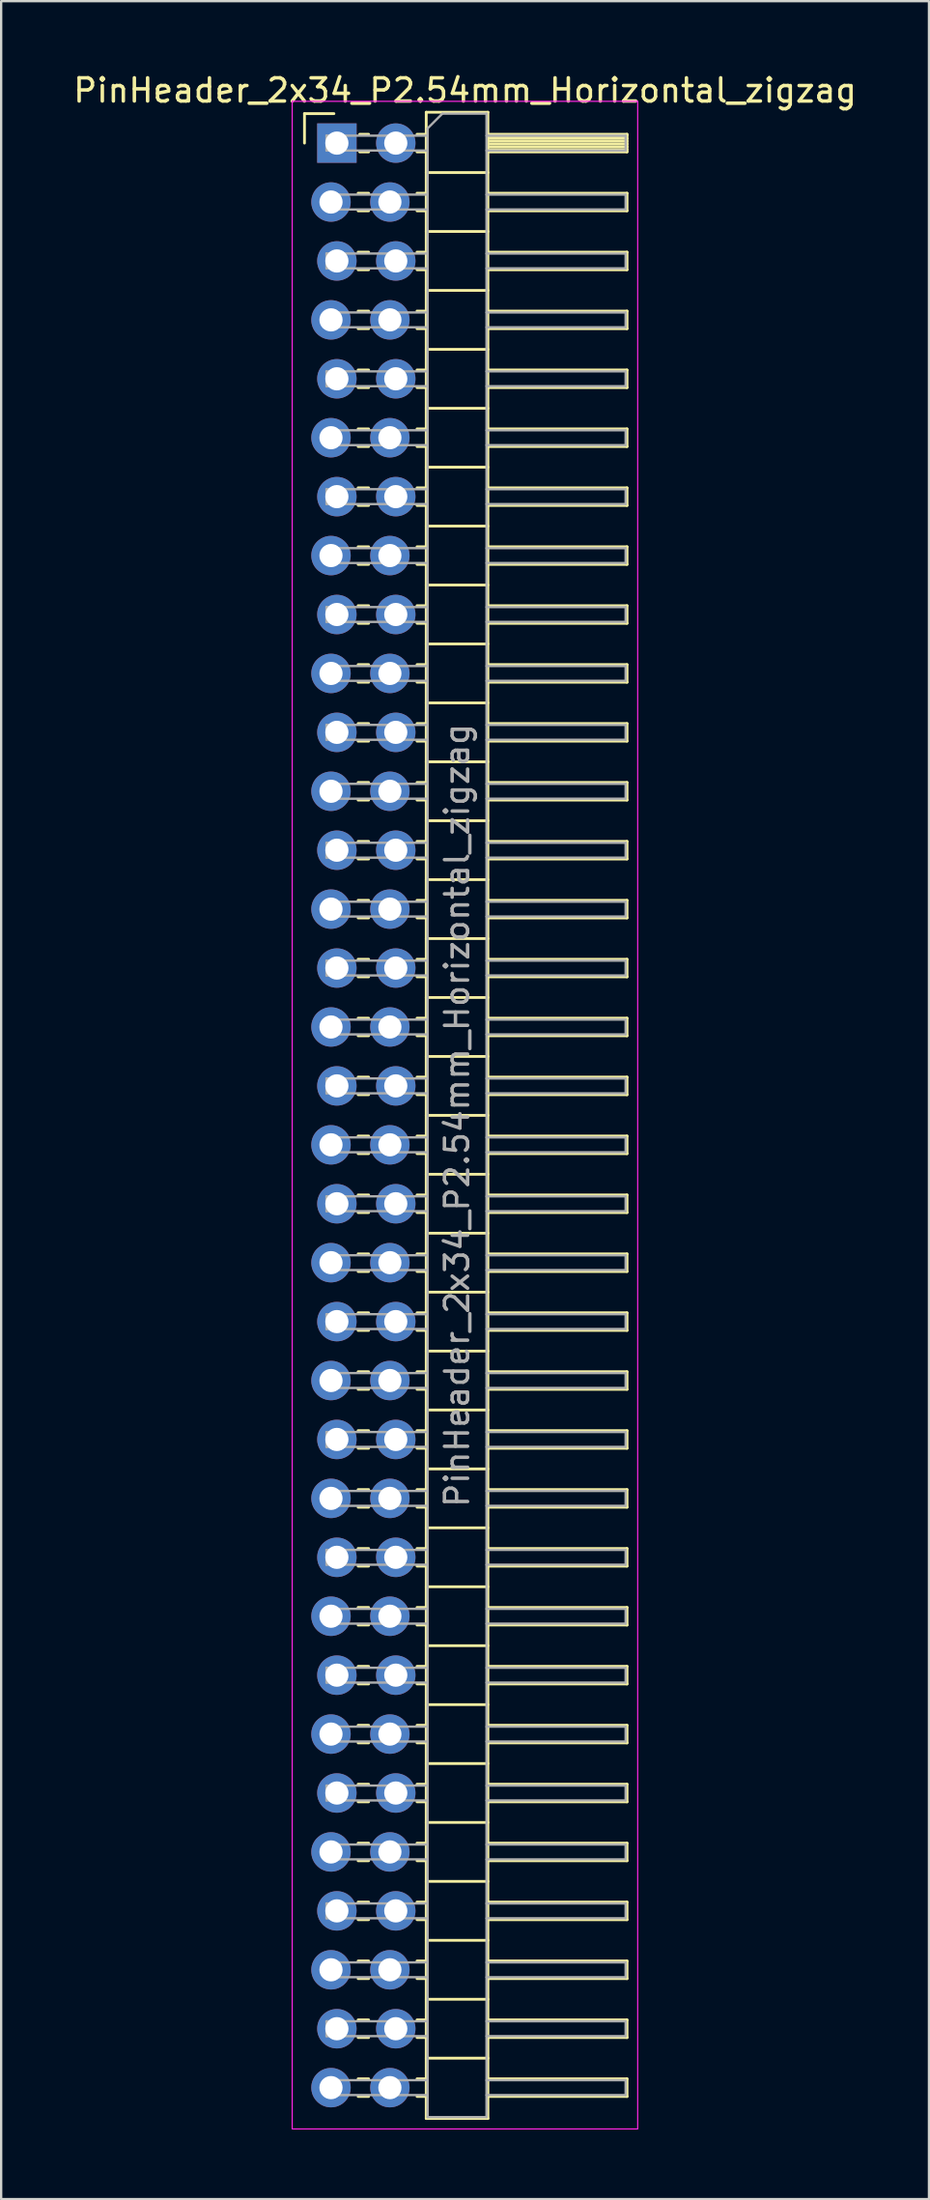
<source format=kicad_pcb>
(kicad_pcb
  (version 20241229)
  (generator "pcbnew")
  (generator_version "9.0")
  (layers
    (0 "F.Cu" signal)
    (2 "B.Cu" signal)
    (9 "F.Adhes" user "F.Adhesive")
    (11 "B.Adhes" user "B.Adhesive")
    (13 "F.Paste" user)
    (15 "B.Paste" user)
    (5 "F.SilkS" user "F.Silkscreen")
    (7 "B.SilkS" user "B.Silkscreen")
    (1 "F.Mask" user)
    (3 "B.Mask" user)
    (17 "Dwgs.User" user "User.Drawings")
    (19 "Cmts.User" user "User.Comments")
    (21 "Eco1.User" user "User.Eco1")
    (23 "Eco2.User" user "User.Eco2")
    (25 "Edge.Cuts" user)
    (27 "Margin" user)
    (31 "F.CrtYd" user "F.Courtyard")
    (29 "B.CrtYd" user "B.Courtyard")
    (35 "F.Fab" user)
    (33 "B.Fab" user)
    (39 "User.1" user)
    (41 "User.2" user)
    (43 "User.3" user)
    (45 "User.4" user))
  (footprint "PinHeader_2x34_P2.54mm_Horizontal_zigzag"
    (layer "F.Cu")
    (at 11.351 3.118)
    (property "Reference" "PinHeader_2x34_P2.54mm_Horizontal_zigzag" (at 5.655 -2.27 0) (layer "F.SilkS") (effects (font (size 1 1) (thickness 0.15))))
    (attr through_hole)
    (fp_line (start -1.27 -1.27) (end 0 -1.27) (stroke (width 0.12) (type solid)) (layer "F.SilkS"))
    (fp_line (start -1.27 0) (end -1.27 -1.27) (stroke (width 0.12) (type solid)) (layer "F.SilkS"))
    (fp_line (start 1.043 2.16) (end 1.497 2.16) (stroke (width 0.12) (type solid)) (layer "F.SilkS"))
    (fp_line (start 1.043 2.92) (end 1.497 2.92) (stroke (width 0.12) (type solid)) (layer "F.SilkS"))
    (fp_line (start 1.043 4.7) (end 1.497 4.7) (stroke (width 0.12) (type solid)) (layer "F.SilkS"))
    (fp_line (start 1.043 5.46) (end 1.497 5.46) (stroke (width 0.12) (type solid)) (layer "F.SilkS"))
    (fp_line (start 1.043 7.24) (end 1.497 7.24) (stroke (width 0.12) (type solid)) (layer "F.SilkS"))
    (fp_line (start 1.043 8) (end 1.497 8) (stroke (width 0.12) (type solid)) (layer "F.SilkS"))
    (fp_line (start 1.043 9.78) (end 1.497 9.78) (stroke (width 0.12) (type solid)) (layer "F.SilkS"))
    (fp_line (start 1.043 10.54) (end 1.497 10.54) (stroke (width 0.12) (type solid)) (layer "F.SilkS"))
    (fp_line (start 1.043 12.32) (end 1.497 12.32) (stroke (width 0.12) (type solid)) (layer "F.SilkS"))
    (fp_line (start 1.043 13.08) (end 1.497 13.08) (stroke (width 0.12) (type solid)) (layer "F.SilkS"))
    (fp_line (start 1.043 14.86) (end 1.497 14.86) (stroke (width 0.12) (type solid)) (layer "F.SilkS"))
    (fp_line (start 1.043 15.62) (end 1.497 15.62) (stroke (width 0.12) (type solid)) (layer "F.SilkS"))
    (fp_line (start 1.043 17.4) (end 1.497 17.4) (stroke (width 0.12) (type solid)) (layer "F.SilkS"))
    (fp_line (start 1.043 18.16) (end 1.497 18.16) (stroke (width 0.12) (type solid)) (layer "F.SilkS"))
    (fp_line (start 1.043 19.94) (end 1.497 19.94) (stroke (width 0.12) (type solid)) (layer "F.SilkS"))
    (fp_line (start 1.043 20.7) (end 1.497 20.7) (stroke (width 0.12) (type solid)) (layer "F.SilkS"))
    (fp_line (start 1.043 22.48) (end 1.497 22.48) (stroke (width 0.12) (type solid)) (layer "F.SilkS"))
    (fp_line (start 1.043 23.24) (end 1.497 23.24) (stroke (width 0.12) (type solid)) (layer "F.SilkS"))
    (fp_line (start 1.043 25.02) (end 1.497 25.02) (stroke (width 0.12) (type solid)) (layer "F.SilkS"))
    (fp_line (start 1.043 25.78) (end 1.497 25.78) (stroke (width 0.12) (type solid)) (layer "F.SilkS"))
    (fp_line (start 1.043 27.56) (end 1.497 27.56) (stroke (width 0.12) (type solid)) (layer "F.SilkS"))
    (fp_line (start 1.043 28.32) (end 1.497 28.32) (stroke (width 0.12) (type solid)) (layer "F.SilkS"))
    (fp_line (start 1.043 30.1) (end 1.497 30.1) (stroke (width 0.12) (type solid)) (layer "F.SilkS"))
    (fp_line (start 1.043 30.86) (end 1.497 30.86) (stroke (width 0.12) (type solid)) (layer "F.SilkS"))
    (fp_line (start 1.043 32.64) (end 1.497 32.64) (stroke (width 0.12) (type solid)) (layer "F.SilkS"))
    (fp_line (start 1.043 33.4) (end 1.497 33.4) (stroke (width 0.12) (type solid)) (layer "F.SilkS"))
    (fp_line (start 1.043 35.18) (end 1.497 35.18) (stroke (width 0.12) (type solid)) (layer "F.SilkS"))
    (fp_line (start 1.043 35.94) (end 1.497 35.94) (stroke (width 0.12) (type solid)) (layer "F.SilkS"))
    (fp_line (start 1.043 37.72) (end 1.497 37.72) (stroke (width 0.12) (type solid)) (layer "F.SilkS"))
    (fp_line (start 1.043 38.48) (end 1.497 38.48) (stroke (width 0.12) (type solid)) (layer "F.SilkS"))
    (fp_line (start 1.043 40.26) (end 1.497 40.26) (stroke (width 0.12) (type solid)) (layer "F.SilkS"))
    (fp_line (start 1.043 41.02) (end 1.497 41.02) (stroke (width 0.12) (type solid)) (layer "F.SilkS"))
    (fp_line (start 1.043 42.8) (end 1.497 42.8) (stroke (width 0.12) (type solid)) (layer "F.SilkS"))
    (fp_line (start 1.043 43.56) (end 1.497 43.56) (stroke (width 0.12) (type solid)) (layer "F.SilkS"))
    (fp_line (start 1.043 45.34) (end 1.497 45.34) (stroke (width 0.12) (type solid)) (layer "F.SilkS"))
    (fp_line (start 1.043 46.1) (end 1.497 46.1) (stroke (width 0.12) (type solid)) (layer "F.SilkS"))
    (fp_line (start 1.043 47.88) (end 1.497 47.88) (stroke (width 0.12) (type solid)) (layer "F.SilkS"))
    (fp_line (start 1.043 48.64) (end 1.497 48.64) (stroke (width 0.12) (type solid)) (layer "F.SilkS"))
    (fp_line (start 1.043 50.42) (end 1.497 50.42) (stroke (width 0.12) (type solid)) (layer "F.SilkS"))
    (fp_line (start 1.043 51.18) (end 1.497 51.18) (stroke (width 0.12) (type solid)) (layer "F.SilkS"))
    (fp_line (start 1.043 52.96) (end 1.497 52.96) (stroke (width 0.12) (type solid)) (layer "F.SilkS"))
    (fp_line (start 1.043 53.72) (end 1.497 53.72) (stroke (width 0.12) (type solid)) (layer "F.SilkS"))
    (fp_line (start 1.043 55.5) (end 1.497 55.5) (stroke (width 0.12) (type solid)) (layer "F.SilkS"))
    (fp_line (start 1.043 56.26) (end 1.497 56.26) (stroke (width 0.12) (type solid)) (layer "F.SilkS"))
    (fp_line (start 1.043 58.04) (end 1.497 58.04) (stroke (width 0.12) (type solid)) (layer "F.SilkS"))
    (fp_line (start 1.043 58.8) (end 1.497 58.8) (stroke (width 0.12) (type solid)) (layer "F.SilkS"))
    (fp_line (start 1.043 60.58) (end 1.497 60.58) (stroke (width 0.12) (type solid)) (layer "F.SilkS"))
    (fp_line (start 1.043 61.34) (end 1.497 61.34) (stroke (width 0.12) (type solid)) (layer "F.SilkS"))
    (fp_line (start 1.043 63.12) (end 1.497 63.12) (stroke (width 0.12) (type solid)) (layer "F.SilkS"))
    (fp_line (start 1.043 63.88) (end 1.497 63.88) (stroke (width 0.12) (type solid)) (layer "F.SilkS"))
    (fp_line (start 1.043 65.66) (end 1.497 65.66) (stroke (width 0.12) (type solid)) (layer "F.SilkS"))
    (fp_line (start 1.043 66.42) (end 1.497 66.42) (stroke (width 0.12) (type solid)) (layer "F.SilkS"))
    (fp_line (start 1.043 68.2) (end 1.497 68.2) (stroke (width 0.12) (type solid)) (layer "F.SilkS"))
    (fp_line (start 1.043 68.96) (end 1.497 68.96) (stroke (width 0.12) (type solid)) (layer "F.SilkS"))
    (fp_line (start 1.043 70.74) (end 1.497 70.74) (stroke (width 0.12) (type solid)) (layer "F.SilkS"))
    (fp_line (start 1.043 71.5) (end 1.497 71.5) (stroke (width 0.12) (type solid)) (layer "F.SilkS"))
    (fp_line (start 1.043 73.28) (end 1.497 73.28) (stroke (width 0.12) (type solid)) (layer "F.SilkS"))
    (fp_line (start 1.043 74.04) (end 1.497 74.04) (stroke (width 0.12) (type solid)) (layer "F.SilkS"))
    (fp_line (start 1.043 75.82) (end 1.497 75.82) (stroke (width 0.12) (type solid)) (layer "F.SilkS"))
    (fp_line (start 1.043 76.58) (end 1.497 76.58) (stroke (width 0.12) (type solid)) (layer "F.SilkS"))
    (fp_line (start 1.043 78.36) (end 1.497 78.36) (stroke (width 0.12) (type solid)) (layer "F.SilkS"))
    (fp_line (start 1.043 79.12) (end 1.497 79.12) (stroke (width 0.12) (type solid)) (layer "F.SilkS"))
    (fp_line (start 1.043 80.9) (end 1.497 80.9) (stroke (width 0.12) (type solid)) (layer "F.SilkS"))
    (fp_line (start 1.043 81.66) (end 1.497 81.66) (stroke (width 0.12) (type solid)) (layer "F.SilkS"))
    (fp_line (start 1.043 83.44) (end 1.497 83.44) (stroke (width 0.12) (type solid)) (layer "F.SilkS"))
    (fp_line (start 1.043 84.2) (end 1.497 84.2) (stroke (width 0.12) (type solid)) (layer "F.SilkS"))
    (fp_line (start 1.11 -0.38) (end 1.497 -0.38) (stroke (width 0.12) (type solid)) (layer "F.SilkS"))
    (fp_line (start 1.11 0.38) (end 1.497 0.38) (stroke (width 0.12) (type solid)) (layer "F.SilkS"))
    (fp_line (start 3.583 -0.38) (end 3.98 -0.38) (stroke (width 0.12) (type solid)) (layer "F.SilkS"))
    (fp_line (start 3.583 0.38) (end 3.98 0.38) (stroke (width 0.12) (type solid)) (layer "F.SilkS"))
    (fp_line (start 3.583 2.16) (end 3.98 2.16) (stroke (width 0.12) (type solid)) (layer "F.SilkS"))
    (fp_line (start 3.583 2.92) (end 3.98 2.92) (stroke (width 0.12) (type solid)) (layer "F.SilkS"))
    (fp_line (start 3.583 4.7) (end 3.98 4.7) (stroke (width 0.12) (type solid)) (layer "F.SilkS"))
    (fp_line (start 3.583 5.46) (end 3.98 5.46) (stroke (width 0.12) (type solid)) (layer "F.SilkS"))
    (fp_line (start 3.583 7.24) (end 3.98 7.24) (stroke (width 0.12) (type solid)) (layer "F.SilkS"))
    (fp_line (start 3.583 8) (end 3.98 8) (stroke (width 0.12) (type solid)) (layer "F.SilkS"))
    (fp_line (start 3.583 9.78) (end 3.98 9.78) (stroke (width 0.12) (type solid)) (layer "F.SilkS"))
    (fp_line (start 3.583 10.54) (end 3.98 10.54) (stroke (width 0.12) (type solid)) (layer "F.SilkS"))
    (fp_line (start 3.583 12.32) (end 3.98 12.32) (stroke (width 0.12) (type solid)) (layer "F.SilkS"))
    (fp_line (start 3.583 13.08) (end 3.98 13.08) (stroke (width 0.12) (type solid)) (layer "F.SilkS"))
    (fp_line (start 3.583 14.86) (end 3.98 14.86) (stroke (width 0.12) (type solid)) (layer "F.SilkS"))
    (fp_line (start 3.583 15.62) (end 3.98 15.62) (stroke (width 0.12) (type solid)) (layer "F.SilkS"))
    (fp_line (start 3.583 17.4) (end 3.98 17.4) (stroke (width 0.12) (type solid)) (layer "F.SilkS"))
    (fp_line (start 3.583 18.16) (end 3.98 18.16) (stroke (width 0.12) (type solid)) (layer "F.SilkS"))
    (fp_line (start 3.583 19.94) (end 3.98 19.94) (stroke (width 0.12) (type solid)) (layer "F.SilkS"))
    (fp_line (start 3.583 20.7) (end 3.98 20.7) (stroke (width 0.12) (type solid)) (layer "F.SilkS"))
    (fp_line (start 3.583 22.48) (end 3.98 22.48) (stroke (width 0.12) (type solid)) (layer "F.SilkS"))
    (fp_line (start 3.583 23.24) (end 3.98 23.24) (stroke (width 0.12) (type solid)) (layer "F.SilkS"))
    (fp_line (start 3.583 25.02) (end 3.98 25.02) (stroke (width 0.12) (type solid)) (layer "F.SilkS"))
    (fp_line (start 3.583 25.78) (end 3.98 25.78) (stroke (width 0.12) (type solid)) (layer "F.SilkS"))
    (fp_line (start 3.583 27.56) (end 3.98 27.56) (stroke (width 0.12) (type solid)) (layer "F.SilkS"))
    (fp_line (start 3.583 28.32) (end 3.98 28.32) (stroke (width 0.12) (type solid)) (layer "F.SilkS"))
    (fp_line (start 3.583 30.1) (end 3.98 30.1) (stroke (width 0.12) (type solid)) (layer "F.SilkS"))
    (fp_line (start 3.583 30.86) (end 3.98 30.86) (stroke (width 0.12) (type solid)) (layer "F.SilkS"))
    (fp_line (start 3.583 32.64) (end 3.98 32.64) (stroke (width 0.12) (type solid)) (layer "F.SilkS"))
    (fp_line (start 3.583 33.4) (end 3.98 33.4) (stroke (width 0.12) (type solid)) (layer "F.SilkS"))
    (fp_line (start 3.583 35.18) (end 3.98 35.18) (stroke (width 0.12) (type solid)) (layer "F.SilkS"))
    (fp_line (start 3.583 35.94) (end 3.98 35.94) (stroke (width 0.12) (type solid)) (layer "F.SilkS"))
    (fp_line (start 3.583 37.72) (end 3.98 37.72) (stroke (width 0.12) (type solid)) (layer "F.SilkS"))
    (fp_line (start 3.583 38.48) (end 3.98 38.48) (stroke (width 0.12) (type solid)) (layer "F.SilkS"))
    (fp_line (start 3.583 40.26) (end 3.98 40.26) (stroke (width 0.12) (type solid)) (layer "F.SilkS"))
    (fp_line (start 3.583 41.02) (end 3.98 41.02) (stroke (width 0.12) (type solid)) (layer "F.SilkS"))
    (fp_line (start 3.583 42.8) (end 3.98 42.8) (stroke (width 0.12) (type solid)) (layer "F.SilkS"))
    (fp_line (start 3.583 43.56) (end 3.98 43.56) (stroke (width 0.12) (type solid)) (layer "F.SilkS"))
    (fp_line (start 3.583 45.34) (end 3.98 45.34) (stroke (width 0.12) (type solid)) (layer "F.SilkS"))
    (fp_line (start 3.583 46.1) (end 3.98 46.1) (stroke (width 0.12) (type solid)) (layer "F.SilkS"))
    (fp_line (start 3.583 47.88) (end 3.98 47.88) (stroke (width 0.12) (type solid)) (layer "F.SilkS"))
    (fp_line (start 3.583 48.64) (end 3.98 48.64) (stroke (width 0.12) (type solid)) (layer "F.SilkS"))
    (fp_line (start 3.583 50.42) (end 3.98 50.42) (stroke (width 0.12) (type solid)) (layer "F.SilkS"))
    (fp_line (start 3.583 51.18) (end 3.98 51.18) (stroke (width 0.12) (type solid)) (layer "F.SilkS"))
    (fp_line (start 3.583 52.96) (end 3.98 52.96) (stroke (width 0.12) (type solid)) (layer "F.SilkS"))
    (fp_line (start 3.583 53.72) (end 3.98 53.72) (stroke (width 0.12) (type solid)) (layer "F.SilkS"))
    (fp_line (start 3.583 55.5) (end 3.98 55.5) (stroke (width 0.12) (type solid)) (layer "F.SilkS"))
    (fp_line (start 3.583 56.26) (end 3.98 56.26) (stroke (width 0.12) (type solid)) (layer "F.SilkS"))
    (fp_line (start 3.583 58.04) (end 3.98 58.04) (stroke (width 0.12) (type solid)) (layer "F.SilkS"))
    (fp_line (start 3.583 58.8) (end 3.98 58.8) (stroke (width 0.12) (type solid)) (layer "F.SilkS"))
    (fp_line (start 3.583 60.58) (end 3.98 60.58) (stroke (width 0.12) (type solid)) (layer "F.SilkS"))
    (fp_line (start 3.583 61.34) (end 3.98 61.34) (stroke (width 0.12) (type solid)) (layer "F.SilkS"))
    (fp_line (start 3.583 63.12) (end 3.98 63.12) (stroke (width 0.12) (type solid)) (layer "F.SilkS"))
    (fp_line (start 3.583 63.88) (end 3.98 63.88) (stroke (width 0.12) (type solid)) (layer "F.SilkS"))
    (fp_line (start 3.583 65.66) (end 3.98 65.66) (stroke (width 0.12) (type solid)) (layer "F.SilkS"))
    (fp_line (start 3.583 66.42) (end 3.98 66.42) (stroke (width 0.12) (type solid)) (layer "F.SilkS"))
    (fp_line (start 3.583 68.2) (end 3.98 68.2) (stroke (width 0.12) (type solid)) (layer "F.SilkS"))
    (fp_line (start 3.583 68.96) (end 3.98 68.96) (stroke (width 0.12) (type solid)) (layer "F.SilkS"))
    (fp_line (start 3.583 70.74) (end 3.98 70.74) (stroke (width 0.12) (type solid)) (layer "F.SilkS"))
    (fp_line (start 3.583 71.5) (end 3.98 71.5) (stroke (width 0.12) (type solid)) (layer "F.SilkS"))
    (fp_line (start 3.583 73.28) (end 3.98 73.28) (stroke (width 0.12) (type solid)) (layer "F.SilkS"))
    (fp_line (start 3.583 74.04) (end 3.98 74.04) (stroke (width 0.12) (type solid)) (layer "F.SilkS"))
    (fp_line (start 3.583 75.82) (end 3.98 75.82) (stroke (width 0.12) (type solid)) (layer "F.SilkS"))
    (fp_line (start 3.583 76.58) (end 3.98 76.58) (stroke (width 0.12) (type solid)) (layer "F.SilkS"))
    (fp_line (start 3.583 78.36) (end 3.98 78.36) (stroke (width 0.12) (type solid)) (layer "F.SilkS"))
    (fp_line (start 3.583 79.12) (end 3.98 79.12) (stroke (width 0.12) (type solid)) (layer "F.SilkS"))
    (fp_line (start 3.583 80.9) (end 3.98 80.9) (stroke (width 0.12) (type solid)) (layer "F.SilkS"))
    (fp_line (start 3.583 81.66) (end 3.98 81.66) (stroke (width 0.12) (type solid)) (layer "F.SilkS"))
    (fp_line (start 3.583 83.44) (end 3.98 83.44) (stroke (width 0.12) (type solid)) (layer "F.SilkS"))
    (fp_line (start 3.583 84.2) (end 3.98 84.2) (stroke (width 0.12) (type solid)) (layer "F.SilkS"))
    (fp_line (start 3.98 -1.33) (end 3.98 85.15) (stroke (width 0.12) (type solid)) (layer "F.SilkS"))
    (fp_line (start 3.98 1.27) (end 6.64 1.27) (stroke (width 0.12) (type solid)) (layer "F.SilkS"))
    (fp_line (start 3.98 3.81) (end 6.64 3.81) (stroke (width 0.12) (type solid)) (layer "F.SilkS"))
    (fp_line (start 3.98 6.35) (end 6.64 6.35) (stroke (width 0.12) (type solid)) (layer "F.SilkS"))
    (fp_line (start 3.98 8.89) (end 6.64 8.89) (stroke (width 0.12) (type solid)) (layer "F.SilkS"))
    (fp_line (start 3.98 11.43) (end 6.64 11.43) (stroke (width 0.12) (type solid)) (layer "F.SilkS"))
    (fp_line (start 3.98 13.97) (end 6.64 13.97) (stroke (width 0.12) (type solid)) (layer "F.SilkS"))
    (fp_line (start 3.98 16.51) (end 6.64 16.51) (stroke (width 0.12) (type solid)) (layer "F.SilkS"))
    (fp_line (start 3.98 19.05) (end 6.64 19.05) (stroke (width 0.12) (type solid)) (layer "F.SilkS"))
    (fp_line (start 3.98 21.59) (end 6.64 21.59) (stroke (width 0.12) (type solid)) (layer "F.SilkS"))
    (fp_line (start 3.98 24.13) (end 6.64 24.13) (stroke (width 0.12) (type solid)) (layer "F.SilkS"))
    (fp_line (start 3.98 26.67) (end 6.64 26.67) (stroke (width 0.12) (type solid)) (layer "F.SilkS"))
    (fp_line (start 3.98 29.21) (end 6.64 29.21) (stroke (width 0.12) (type solid)) (layer "F.SilkS"))
    (fp_line (start 3.98 31.75) (end 6.64 31.75) (stroke (width 0.12) (type solid)) (layer "F.SilkS"))
    (fp_line (start 3.98 34.29) (end 6.64 34.29) (stroke (width 0.12) (type solid)) (layer "F.SilkS"))
    (fp_line (start 3.98 36.83) (end 6.64 36.83) (stroke (width 0.12) (type solid)) (layer "F.SilkS"))
    (fp_line (start 3.98 39.37) (end 6.64 39.37) (stroke (width 0.12) (type solid)) (layer "F.SilkS"))
    (fp_line (start 3.98 41.91) (end 6.64 41.91) (stroke (width 0.12) (type solid)) (layer "F.SilkS"))
    (fp_line (start 3.98 44.45) (end 6.64 44.45) (stroke (width 0.12) (type solid)) (layer "F.SilkS"))
    (fp_line (start 3.98 46.99) (end 6.64 46.99) (stroke (width 0.12) (type solid)) (layer "F.SilkS"))
    (fp_line (start 3.98 49.53) (end 6.64 49.53) (stroke (width 0.12) (type solid)) (layer "F.SilkS"))
    (fp_line (start 3.98 52.07) (end 6.64 52.07) (stroke (width 0.12) (type solid)) (layer "F.SilkS"))
    (fp_line (start 3.98 54.61) (end 6.64 54.61) (stroke (width 0.12) (type solid)) (layer "F.SilkS"))
    (fp_line (start 3.98 57.15) (end 6.64 57.15) (stroke (width 0.12) (type solid)) (layer "F.SilkS"))
    (fp_line (start 3.98 59.69) (end 6.64 59.69) (stroke (width 0.12) (type solid)) (layer "F.SilkS"))
    (fp_line (start 3.98 62.23) (end 6.64 62.23) (stroke (width 0.12) (type solid)) (layer "F.SilkS"))
    (fp_line (start 3.98 64.77) (end 6.64 64.77) (stroke (width 0.12) (type solid)) (layer "F.SilkS"))
    (fp_line (start 3.98 67.31) (end 6.64 67.31) (stroke (width 0.12) (type solid)) (layer "F.SilkS"))
    (fp_line (start 3.98 69.85) (end 6.64 69.85) (stroke (width 0.12) (type solid)) (layer "F.SilkS"))
    (fp_line (start 3.98 72.39) (end 6.64 72.39) (stroke (width 0.12) (type solid)) (layer "F.SilkS"))
    (fp_line (start 3.98 74.93) (end 6.64 74.93) (stroke (width 0.12) (type solid)) (layer "F.SilkS"))
    (fp_line (start 3.98 77.47) (end 6.64 77.47) (stroke (width 0.12) (type solid)) (layer "F.SilkS"))
    (fp_line (start 3.98 80.01) (end 6.64 80.01) (stroke (width 0.12) (type solid)) (layer "F.SilkS"))
    (fp_line (start 3.98 82.55) (end 6.64 82.55) (stroke (width 0.12) (type solid)) (layer "F.SilkS"))
    (fp_line (start 3.98 85.15) (end 6.64 85.15) (stroke (width 0.12) (type solid)) (layer "F.SilkS"))
    (fp_line (start 6.64 -1.33) (end 3.98 -1.33) (stroke (width 0.12) (type solid)) (layer "F.SilkS"))
    (fp_line (start 6.64 -0.38) (end 12.64 -0.38) (stroke (width 0.12) (type solid)) (layer "F.SilkS"))
    (fp_line (start 6.64 -0.32) (end 12.64 -0.32) (stroke (width 0.12) (type solid)) (layer "F.SilkS"))
    (fp_line (start 6.64 -0.2) (end 12.64 -0.2) (stroke (width 0.12) (type solid)) (layer "F.SilkS"))
    (fp_line (start 6.64 -0.08) (end 12.64 -0.08) (stroke (width 0.12) (type solid)) (layer "F.SilkS"))
    (fp_line (start 6.64 0.04) (end 12.64 0.04) (stroke (width 0.12) (type solid)) (layer "F.SilkS"))
    (fp_line (start 6.64 0.16) (end 12.64 0.16) (stroke (width 0.12) (type solid)) (layer "F.SilkS"))
    (fp_line (start 6.64 0.28) (end 12.64 0.28) (stroke (width 0.12) (type solid)) (layer "F.SilkS"))
    (fp_line (start 6.64 2.16) (end 12.64 2.16) (stroke (width 0.12) (type solid)) (layer "F.SilkS"))
    (fp_line (start 6.64 4.7) (end 12.64 4.7) (stroke (width 0.12) (type solid)) (layer "F.SilkS"))
    (fp_line (start 6.64 7.24) (end 12.64 7.24) (stroke (width 0.12) (type solid)) (layer "F.SilkS"))
    (fp_line (start 6.64 9.78) (end 12.64 9.78) (stroke (width 0.12) (type solid)) (layer "F.SilkS"))
    (fp_line (start 6.64 12.32) (end 12.64 12.32) (stroke (width 0.12) (type solid)) (layer "F.SilkS"))
    (fp_line (start 6.64 14.86) (end 12.64 14.86) (stroke (width 0.12) (type solid)) (layer "F.SilkS"))
    (fp_line (start 6.64 17.4) (end 12.64 17.4) (stroke (width 0.12) (type solid)) (layer "F.SilkS"))
    (fp_line (start 6.64 19.94) (end 12.64 19.94) (stroke (width 0.12) (type solid)) (layer "F.SilkS"))
    (fp_line (start 6.64 22.48) (end 12.64 22.48) (stroke (width 0.12) (type solid)) (layer "F.SilkS"))
    (fp_line (start 6.64 25.02) (end 12.64 25.02) (stroke (width 0.12) (type solid)) (layer "F.SilkS"))
    (fp_line (start 6.64 27.56) (end 12.64 27.56) (stroke (width 0.12) (type solid)) (layer "F.SilkS"))
    (fp_line (start 6.64 30.1) (end 12.64 30.1) (stroke (width 0.12) (type solid)) (layer "F.SilkS"))
    (fp_line (start 6.64 32.64) (end 12.64 32.64) (stroke (width 0.12) (type solid)) (layer "F.SilkS"))
    (fp_line (start 6.64 35.18) (end 12.64 35.18) (stroke (width 0.12) (type solid)) (layer "F.SilkS"))
    (fp_line (start 6.64 37.72) (end 12.64 37.72) (stroke (width 0.12) (type solid)) (layer "F.SilkS"))
    (fp_line (start 6.64 40.26) (end 12.64 40.26) (stroke (width 0.12) (type solid)) (layer "F.SilkS"))
    (fp_line (start 6.64 42.8) (end 12.64 42.8) (stroke (width 0.12) (type solid)) (layer "F.SilkS"))
    (fp_line (start 6.64 45.34) (end 12.64 45.34) (stroke (width 0.12) (type solid)) (layer "F.SilkS"))
    (fp_line (start 6.64 47.88) (end 12.64 47.88) (stroke (width 0.12) (type solid)) (layer "F.SilkS"))
    (fp_line (start 6.64 50.42) (end 12.64 50.42) (stroke (width 0.12) (type solid)) (layer "F.SilkS"))
    (fp_line (start 6.64 52.96) (end 12.64 52.96) (stroke (width 0.12) (type solid)) (layer "F.SilkS"))
    (fp_line (start 6.64 55.5) (end 12.64 55.5) (stroke (width 0.12) (type solid)) (layer "F.SilkS"))
    (fp_line (start 6.64 58.04) (end 12.64 58.04) (stroke (width 0.12) (type solid)) (layer "F.SilkS"))
    (fp_line (start 6.64 60.58) (end 12.64 60.58) (stroke (width 0.12) (type solid)) (layer "F.SilkS"))
    (fp_line (start 6.64 63.12) (end 12.64 63.12) (stroke (width 0.12) (type solid)) (layer "F.SilkS"))
    (fp_line (start 6.64 65.66) (end 12.64 65.66) (stroke (width 0.12) (type solid)) (layer "F.SilkS"))
    (fp_line (start 6.64 68.2) (end 12.64 68.2) (stroke (width 0.12) (type solid)) (layer "F.SilkS"))
    (fp_line (start 6.64 70.74) (end 12.64 70.74) (stroke (width 0.12) (type solid)) (layer "F.SilkS"))
    (fp_line (start 6.64 73.28) (end 12.64 73.28) (stroke (width 0.12) (type solid)) (layer "F.SilkS"))
    (fp_line (start 6.64 75.82) (end 12.64 75.82) (stroke (width 0.12) (type solid)) (layer "F.SilkS"))
    (fp_line (start 6.64 78.36) (end 12.64 78.36) (stroke (width 0.12) (type solid)) (layer "F.SilkS"))
    (fp_line (start 6.64 80.9) (end 12.64 80.9) (stroke (width 0.12) (type solid)) (layer "F.SilkS"))
    (fp_line (start 6.64 83.44) (end 12.64 83.44) (stroke (width 0.12) (type solid)) (layer "F.SilkS"))
    (fp_line (start 6.64 85.15) (end 6.64 -1.33) (stroke (width 0.12) (type solid)) (layer "F.SilkS"))
    (fp_line (start 12.64 -0.38) (end 12.64 0.38) (stroke (width 0.12) (type solid)) (layer "F.SilkS"))
    (fp_line (start 12.64 0.38) (end 6.64 0.38) (stroke (width 0.12) (type solid)) (layer "F.SilkS"))
    (fp_line (start 12.64 2.16) (end 12.64 2.92) (stroke (width 0.12) (type solid)) (layer "F.SilkS"))
    (fp_line (start 12.64 2.92) (end 6.64 2.92) (stroke (width 0.12) (type solid)) (layer "F.SilkS"))
    (fp_line (start 12.64 4.7) (end 12.64 5.46) (stroke (width 0.12) (type solid)) (layer "F.SilkS"))
    (fp_line (start 12.64 5.46) (end 6.64 5.46) (stroke (width 0.12) (type solid)) (layer "F.SilkS"))
    (fp_line (start 12.64 7.24) (end 12.64 8) (stroke (width 0.12) (type solid)) (layer "F.SilkS"))
    (fp_line (start 12.64 8) (end 6.64 8) (stroke (width 0.12) (type solid)) (layer "F.SilkS"))
    (fp_line (start 12.64 9.78) (end 12.64 10.54) (stroke (width 0.12) (type solid)) (layer "F.SilkS"))
    (fp_line (start 12.64 10.54) (end 6.64 10.54) (stroke (width 0.12) (type solid)) (layer "F.SilkS"))
    (fp_line (start 12.64 12.32) (end 12.64 13.08) (stroke (width 0.12) (type solid)) (layer "F.SilkS"))
    (fp_line (start 12.64 13.08) (end 6.64 13.08) (stroke (width 0.12) (type solid)) (layer "F.SilkS"))
    (fp_line (start 12.64 14.86) (end 12.64 15.62) (stroke (width 0.12) (type solid)) (layer "F.SilkS"))
    (fp_line (start 12.64 15.62) (end 6.64 15.62) (stroke (width 0.12) (type solid)) (layer "F.SilkS"))
    (fp_line (start 12.64 17.4) (end 12.64 18.16) (stroke (width 0.12) (type solid)) (layer "F.SilkS"))
    (fp_line (start 12.64 18.16) (end 6.64 18.16) (stroke (width 0.12) (type solid)) (layer "F.SilkS"))
    (fp_line (start 12.64 19.94) (end 12.64 20.7) (stroke (width 0.12) (type solid)) (layer "F.SilkS"))
    (fp_line (start 12.64 20.7) (end 6.64 20.7) (stroke (width 0.12) (type solid)) (layer "F.SilkS"))
    (fp_line (start 12.64 22.48) (end 12.64 23.24) (stroke (width 0.12) (type solid)) (layer "F.SilkS"))
    (fp_line (start 12.64 23.24) (end 6.64 23.24) (stroke (width 0.12) (type solid)) (layer "F.SilkS"))
    (fp_line (start 12.64 25.02) (end 12.64 25.78) (stroke (width 0.12) (type solid)) (layer "F.SilkS"))
    (fp_line (start 12.64 25.78) (end 6.64 25.78) (stroke (width 0.12) (type solid)) (layer "F.SilkS"))
    (fp_line (start 12.64 27.56) (end 12.64 28.32) (stroke (width 0.12) (type solid)) (layer "F.SilkS"))
    (fp_line (start 12.64 28.32) (end 6.64 28.32) (stroke (width 0.12) (type solid)) (layer "F.SilkS"))
    (fp_line (start 12.64 30.1) (end 12.64 30.86) (stroke (width 0.12) (type solid)) (layer "F.SilkS"))
    (fp_line (start 12.64 30.86) (end 6.64 30.86) (stroke (width 0.12) (type solid)) (layer "F.SilkS"))
    (fp_line (start 12.64 32.64) (end 12.64 33.4) (stroke (width 0.12) (type solid)) (layer "F.SilkS"))
    (fp_line (start 12.64 33.4) (end 6.64 33.4) (stroke (width 0.12) (type solid)) (layer "F.SilkS"))
    (fp_line (start 12.64 35.18) (end 12.64 35.94) (stroke (width 0.12) (type solid)) (layer "F.SilkS"))
    (fp_line (start 12.64 35.94) (end 6.64 35.94) (stroke (width 0.12) (type solid)) (layer "F.SilkS"))
    (fp_line (start 12.64 37.72) (end 12.64 38.48) (stroke (width 0.12) (type solid)) (layer "F.SilkS"))
    (fp_line (start 12.64 38.48) (end 6.64 38.48) (stroke (width 0.12) (type solid)) (layer "F.SilkS"))
    (fp_line (start 12.64 40.26) (end 12.64 41.02) (stroke (width 0.12) (type solid)) (layer "F.SilkS"))
    (fp_line (start 12.64 41.02) (end 6.64 41.02) (stroke (width 0.12) (type solid)) (layer "F.SilkS"))
    (fp_line (start 12.64 42.8) (end 12.64 43.56) (stroke (width 0.12) (type solid)) (layer "F.SilkS"))
    (fp_line (start 12.64 43.56) (end 6.64 43.56) (stroke (width 0.12) (type solid)) (layer "F.SilkS"))
    (fp_line (start 12.64 45.34) (end 12.64 46.1) (stroke (width 0.12) (type solid)) (layer "F.SilkS"))
    (fp_line (start 12.64 46.1) (end 6.64 46.1) (stroke (width 0.12) (type solid)) (layer "F.SilkS"))
    (fp_line (start 12.64 47.88) (end 12.64 48.64) (stroke (width 0.12) (type solid)) (layer "F.SilkS"))
    (fp_line (start 12.64 48.64) (end 6.64 48.64) (stroke (width 0.12) (type solid)) (layer "F.SilkS"))
    (fp_line (start 12.64 50.42) (end 12.64 51.18) (stroke (width 0.12) (type solid)) (layer "F.SilkS"))
    (fp_line (start 12.64 51.18) (end 6.64 51.18) (stroke (width 0.12) (type solid)) (layer "F.SilkS"))
    (fp_line (start 12.64 52.96) (end 12.64 53.72) (stroke (width 0.12) (type solid)) (layer "F.SilkS"))
    (fp_line (start 12.64 53.72) (end 6.64 53.72) (stroke (width 0.12) (type solid)) (layer "F.SilkS"))
    (fp_line (start 12.64 55.5) (end 12.64 56.26) (stroke (width 0.12) (type solid)) (layer "F.SilkS"))
    (fp_line (start 12.64 56.26) (end 6.64 56.26) (stroke (width 0.12) (type solid)) (layer "F.SilkS"))
    (fp_line (start 12.64 58.04) (end 12.64 58.8) (stroke (width 0.12) (type solid)) (layer "F.SilkS"))
    (fp_line (start 12.64 58.8) (end 6.64 58.8) (stroke (width 0.12) (type solid)) (layer "F.SilkS"))
    (fp_line (start 12.64 60.58) (end 12.64 61.34) (stroke (width 0.12) (type solid)) (layer "F.SilkS"))
    (fp_line (start 12.64 61.34) (end 6.64 61.34) (stroke (width 0.12) (type solid)) (layer "F.SilkS"))
    (fp_line (start 12.64 63.12) (end 12.64 63.88) (stroke (width 0.12) (type solid)) (layer "F.SilkS"))
    (fp_line (start 12.64 63.88) (end 6.64 63.88) (stroke (width 0.12) (type solid)) (layer "F.SilkS"))
    (fp_line (start 12.64 65.66) (end 12.64 66.42) (stroke (width 0.12) (type solid)) (layer "F.SilkS"))
    (fp_line (start 12.64 66.42) (end 6.64 66.42) (stroke (width 0.12) (type solid)) (layer "F.SilkS"))
    (fp_line (start 12.64 68.2) (end 12.64 68.96) (stroke (width 0.12) (type solid)) (layer "F.SilkS"))
    (fp_line (start 12.64 68.96) (end 6.64 68.96) (stroke (width 0.12) (type solid)) (layer "F.SilkS"))
    (fp_line (start 12.64 70.74) (end 12.64 71.5) (stroke (width 0.12) (type solid)) (layer "F.SilkS"))
    (fp_line (start 12.64 71.5) (end 6.64 71.5) (stroke (width 0.12) (type solid)) (layer "F.SilkS"))
    (fp_line (start 12.64 73.28) (end 12.64 74.04) (stroke (width 0.12) (type solid)) (layer "F.SilkS"))
    (fp_line (start 12.64 74.04) (end 6.64 74.04) (stroke (width 0.12) (type solid)) (layer "F.SilkS"))
    (fp_line (start 12.64 75.82) (end 12.64 76.58) (stroke (width 0.12) (type solid)) (layer "F.SilkS"))
    (fp_line (start 12.64 76.58) (end 6.64 76.58) (stroke (width 0.12) (type solid)) (layer "F.SilkS"))
    (fp_line (start 12.64 78.36) (end 12.64 79.12) (stroke (width 0.12) (type solid)) (layer "F.SilkS"))
    (fp_line (start 12.64 79.12) (end 6.64 79.12) (stroke (width 0.12) (type solid)) (layer "F.SilkS"))
    (fp_line (start 12.64 80.9) (end 12.64 81.66) (stroke (width 0.12) (type solid)) (layer "F.SilkS"))
    (fp_line (start 12.64 81.66) (end 6.64 81.66) (stroke (width 0.12) (type solid)) (layer "F.SilkS"))
    (fp_line (start 12.64 83.44) (end 12.64 84.2) (stroke (width 0.12) (type solid)) (layer "F.SilkS"))
    (fp_line (start 12.64 84.2) (end 6.64 84.2) (stroke (width 0.12) (type solid)) (layer "F.SilkS"))
    (fp_line (start -1.8 -1.8) (end -1.8 85.6) (stroke (width 0.05) (type solid)) (layer "F.CrtYd"))
    (fp_line (start -1.8 85.6) (end 13.1 85.6) (stroke (width 0.05) (type solid)) (layer "F.CrtYd"))
    (fp_line (start 13.1 -1.8) (end -1.8 -1.8) (stroke (width 0.05) (type solid)) (layer "F.CrtYd"))
    (fp_line (start 13.1 85.6) (end 13.1 -1.8) (stroke (width 0.05) (type solid)) (layer "F.CrtYd"))
    (fp_line (start -0.32 -0.32) (end -0.32 0.32) (stroke (width 0.1) (type solid)) (layer "F.Fab"))
    (fp_line (start -0.32 -0.32) (end 4.04 -0.32) (stroke (width 0.1) (type solid)) (layer "F.Fab"))
    (fp_line (start -0.32 0.32) (end 4.04 0.32) (stroke (width 0.1) (type solid)) (layer "F.Fab"))
    (fp_line (start -0.32 2.22) (end -0.32 2.86) (stroke (width 0.1) (type solid)) (layer "F.Fab"))
    (fp_line (start -0.32 2.22) (end 4.04 2.22) (stroke (width 0.1) (type solid)) (layer "F.Fab"))
    (fp_line (start -0.32 2.86) (end 4.04 2.86) (stroke (width 0.1) (type solid)) (layer "F.Fab"))
    (fp_line (start -0.32 4.76) (end -0.32 5.4) (stroke (width 0.1) (type solid)) (layer "F.Fab"))
    (fp_line (start -0.32 4.76) (end 4.04 4.76) (stroke (width 0.1) (type solid)) (layer "F.Fab"))
    (fp_line (start -0.32 5.4) (end 4.04 5.4) (stroke (width 0.1) (type solid)) (layer "F.Fab"))
    (fp_line (start -0.32 7.3) (end -0.32 7.94) (stroke (width 0.1) (type solid)) (layer "F.Fab"))
    (fp_line (start -0.32 7.3) (end 4.04 7.3) (stroke (width 0.1) (type solid)) (layer "F.Fab"))
    (fp_line (start -0.32 7.94) (end 4.04 7.94) (stroke (width 0.1) (type solid)) (layer "F.Fab"))
    (fp_line (start -0.32 9.84) (end -0.32 10.48) (stroke (width 0.1) (type solid)) (layer "F.Fab"))
    (fp_line (start -0.32 9.84) (end 4.04 9.84) (stroke (width 0.1) (type solid)) (layer "F.Fab"))
    (fp_line (start -0.32 10.48) (end 4.04 10.48) (stroke (width 0.1) (type solid)) (layer "F.Fab"))
    (fp_line (start -0.32 12.38) (end -0.32 13.02) (stroke (width 0.1) (type solid)) (layer "F.Fab"))
    (fp_line (start -0.32 12.38) (end 4.04 12.38) (stroke (width 0.1) (type solid)) (layer "F.Fab"))
    (fp_line (start -0.32 13.02) (end 4.04 13.02) (stroke (width 0.1) (type solid)) (layer "F.Fab"))
    (fp_line (start -0.32 14.92) (end -0.32 15.56) (stroke (width 0.1) (type solid)) (layer "F.Fab"))
    (fp_line (start -0.32 14.92) (end 4.04 14.92) (stroke (width 0.1) (type solid)) (layer "F.Fab"))
    (fp_line (start -0.32 15.56) (end 4.04 15.56) (stroke (width 0.1) (type solid)) (layer "F.Fab"))
    (fp_line (start -0.32 17.46) (end -0.32 18.1) (stroke (width 0.1) (type solid)) (layer "F.Fab"))
    (fp_line (start -0.32 17.46) (end 4.04 17.46) (stroke (width 0.1) (type solid)) (layer "F.Fab"))
    (fp_line (start -0.32 18.1) (end 4.04 18.1) (stroke (width 0.1) (type solid)) (layer "F.Fab"))
    (fp_line (start -0.32 20) (end -0.32 20.64) (stroke (width 0.1) (type solid)) (layer "F.Fab"))
    (fp_line (start -0.32 20) (end 4.04 20) (stroke (width 0.1) (type solid)) (layer "F.Fab"))
    (fp_line (start -0.32 20.64) (end 4.04 20.64) (stroke (width 0.1) (type solid)) (layer "F.Fab"))
    (fp_line (start -0.32 22.54) (end -0.32 23.18) (stroke (width 0.1) (type solid)) (layer "F.Fab"))
    (fp_line (start -0.32 22.54) (end 4.04 22.54) (stroke (width 0.1) (type solid)) (layer "F.Fab"))
    (fp_line (start -0.32 23.18) (end 4.04 23.18) (stroke (width 0.1) (type solid)) (layer "F.Fab"))
    (fp_line (start -0.32 25.08) (end -0.32 25.72) (stroke (width 0.1) (type solid)) (layer "F.Fab"))
    (fp_line (start -0.32 25.08) (end 4.04 25.08) (stroke (width 0.1) (type solid)) (layer "F.Fab"))
    (fp_line (start -0.32 25.72) (end 4.04 25.72) (stroke (width 0.1) (type solid)) (layer "F.Fab"))
    (fp_line (start -0.32 27.62) (end -0.32 28.26) (stroke (width 0.1) (type solid)) (layer "F.Fab"))
    (fp_line (start -0.32 27.62) (end 4.04 27.62) (stroke (width 0.1) (type solid)) (layer "F.Fab"))
    (fp_line (start -0.32 28.26) (end 4.04 28.26) (stroke (width 0.1) (type solid)) (layer "F.Fab"))
    (fp_line (start -0.32 30.16) (end -0.32 30.8) (stroke (width 0.1) (type solid)) (layer "F.Fab"))
    (fp_line (start -0.32 30.16) (end 4.04 30.16) (stroke (width 0.1) (type solid)) (layer "F.Fab"))
    (fp_line (start -0.32 30.8) (end 4.04 30.8) (stroke (width 0.1) (type solid)) (layer "F.Fab"))
    (fp_line (start -0.32 32.7) (end -0.32 33.34) (stroke (width 0.1) (type solid)) (layer "F.Fab"))
    (fp_line (start -0.32 32.7) (end 4.04 32.7) (stroke (width 0.1) (type solid)) (layer "F.Fab"))
    (fp_line (start -0.32 33.34) (end 4.04 33.34) (stroke (width 0.1) (type solid)) (layer "F.Fab"))
    (fp_line (start -0.32 35.24) (end -0.32 35.88) (stroke (width 0.1) (type solid)) (layer "F.Fab"))
    (fp_line (start -0.32 35.24) (end 4.04 35.24) (stroke (width 0.1) (type solid)) (layer "F.Fab"))
    (fp_line (start -0.32 35.88) (end 4.04 35.88) (stroke (width 0.1) (type solid)) (layer "F.Fab"))
    (fp_line (start -0.32 37.78) (end -0.32 38.42) (stroke (width 0.1) (type solid)) (layer "F.Fab"))
    (fp_line (start -0.32 37.78) (end 4.04 37.78) (stroke (width 0.1) (type solid)) (layer "F.Fab"))
    (fp_line (start -0.32 38.42) (end 4.04 38.42) (stroke (width 0.1) (type solid)) (layer "F.Fab"))
    (fp_line (start -0.32 40.32) (end -0.32 40.96) (stroke (width 0.1) (type solid)) (layer "F.Fab"))
    (fp_line (start -0.32 40.32) (end 4.04 40.32) (stroke (width 0.1) (type solid)) (layer "F.Fab"))
    (fp_line (start -0.32 40.96) (end 4.04 40.96) (stroke (width 0.1) (type solid)) (layer "F.Fab"))
    (fp_line (start -0.32 42.86) (end -0.32 43.5) (stroke (width 0.1) (type solid)) (layer "F.Fab"))
    (fp_line (start -0.32 42.86) (end 4.04 42.86) (stroke (width 0.1) (type solid)) (layer "F.Fab"))
    (fp_line (start -0.32 43.5) (end 4.04 43.5) (stroke (width 0.1) (type solid)) (layer "F.Fab"))
    (fp_line (start -0.32 45.4) (end -0.32 46.04) (stroke (width 0.1) (type solid)) (layer "F.Fab"))
    (fp_line (start -0.32 45.4) (end 4.04 45.4) (stroke (width 0.1) (type solid)) (layer "F.Fab"))
    (fp_line (start -0.32 46.04) (end 4.04 46.04) (stroke (width 0.1) (type solid)) (layer "F.Fab"))
    (fp_line (start -0.32 47.94) (end -0.32 48.58) (stroke (width 0.1) (type solid)) (layer "F.Fab"))
    (fp_line (start -0.32 47.94) (end 4.04 47.94) (stroke (width 0.1) (type solid)) (layer "F.Fab"))
    (fp_line (start -0.32 48.58) (end 4.04 48.58) (stroke (width 0.1) (type solid)) (layer "F.Fab"))
    (fp_line (start -0.32 50.48) (end -0.32 51.12) (stroke (width 0.1) (type solid)) (layer "F.Fab"))
    (fp_line (start -0.32 50.48) (end 4.04 50.48) (stroke (width 0.1) (type solid)) (layer "F.Fab"))
    (fp_line (start -0.32 51.12) (end 4.04 51.12) (stroke (width 0.1) (type solid)) (layer "F.Fab"))
    (fp_line (start -0.32 53.02) (end -0.32 53.66) (stroke (width 0.1) (type solid)) (layer "F.Fab"))
    (fp_line (start -0.32 53.02) (end 4.04 53.02) (stroke (width 0.1) (type solid)) (layer "F.Fab"))
    (fp_line (start -0.32 53.66) (end 4.04 53.66) (stroke (width 0.1) (type solid)) (layer "F.Fab"))
    (fp_line (start -0.32 55.56) (end -0.32 56.2) (stroke (width 0.1) (type solid)) (layer "F.Fab"))
    (fp_line (start -0.32 55.56) (end 4.04 55.56) (stroke (width 0.1) (type solid)) (layer "F.Fab"))
    (fp_line (start -0.32 56.2) (end 4.04 56.2) (stroke (width 0.1) (type solid)) (layer "F.Fab"))
    (fp_line (start -0.32 58.1) (end -0.32 58.74) (stroke (width 0.1) (type solid)) (layer "F.Fab"))
    (fp_line (start -0.32 58.1) (end 4.04 58.1) (stroke (width 0.1) (type solid)) (layer "F.Fab"))
    (fp_line (start -0.32 58.74) (end 4.04 58.74) (stroke (width 0.1) (type solid)) (layer "F.Fab"))
    (fp_line (start -0.32 60.64) (end -0.32 61.28) (stroke (width 0.1) (type solid)) (layer "F.Fab"))
    (fp_line (start -0.32 60.64) (end 4.04 60.64) (stroke (width 0.1) (type solid)) (layer "F.Fab"))
    (fp_line (start -0.32 61.28) (end 4.04 61.28) (stroke (width 0.1) (type solid)) (layer "F.Fab"))
    (fp_line (start -0.32 63.18) (end -0.32 63.82) (stroke (width 0.1) (type solid)) (layer "F.Fab"))
    (fp_line (start -0.32 63.18) (end 4.04 63.18) (stroke (width 0.1) (type solid)) (layer "F.Fab"))
    (fp_line (start -0.32 63.82) (end 4.04 63.82) (stroke (width 0.1) (type solid)) (layer "F.Fab"))
    (fp_line (start -0.32 65.72) (end -0.32 66.36) (stroke (width 0.1) (type solid)) (layer "F.Fab"))
    (fp_line (start -0.32 65.72) (end 4.04 65.72) (stroke (width 0.1) (type solid)) (layer "F.Fab"))
    (fp_line (start -0.32 66.36) (end 4.04 66.36) (stroke (width 0.1) (type solid)) (layer "F.Fab"))
    (fp_line (start -0.32 68.26) (end -0.32 68.9) (stroke (width 0.1) (type solid)) (layer "F.Fab"))
    (fp_line (start -0.32 68.26) (end 4.04 68.26) (stroke (width 0.1) (type solid)) (layer "F.Fab"))
    (fp_line (start -0.32 68.9) (end 4.04 68.9) (stroke (width 0.1) (type solid)) (layer "F.Fab"))
    (fp_line (start -0.32 70.8) (end -0.32 71.44) (stroke (width 0.1) (type solid)) (layer "F.Fab"))
    (fp_line (start -0.32 70.8) (end 4.04 70.8) (stroke (width 0.1) (type solid)) (layer "F.Fab"))
    (fp_line (start -0.32 71.44) (end 4.04 71.44) (stroke (width 0.1) (type solid)) (layer "F.Fab"))
    (fp_line (start -0.32 73.34) (end -0.32 73.98) (stroke (width 0.1) (type solid)) (layer "F.Fab"))
    (fp_line (start -0.32 73.34) (end 4.04 73.34) (stroke (width 0.1) (type solid)) (layer "F.Fab"))
    (fp_line (start -0.32 73.98) (end 4.04 73.98) (stroke (width 0.1) (type solid)) (layer "F.Fab"))
    (fp_line (start -0.32 75.88) (end -0.32 76.52) (stroke (width 0.1) (type solid)) (layer "F.Fab"))
    (fp_line (start -0.32 75.88) (end 4.04 75.88) (stroke (width 0.1) (type solid)) (layer "F.Fab"))
    (fp_line (start -0.32 76.52) (end 4.04 76.52) (stroke (width 0.1) (type solid)) (layer "F.Fab"))
    (fp_line (start -0.32 78.42) (end -0.32 79.06) (stroke (width 0.1) (type solid)) (layer "F.Fab"))
    (fp_line (start -0.32 78.42) (end 4.04 78.42) (stroke (width 0.1) (type solid)) (layer "F.Fab"))
    (fp_line (start -0.32 79.06) (end 4.04 79.06) (stroke (width 0.1) (type solid)) (layer "F.Fab"))
    (fp_line (start -0.32 80.96) (end -0.32 81.6) (stroke (width 0.1) (type solid)) (layer "F.Fab"))
    (fp_line (start -0.32 80.96) (end 4.04 80.96) (stroke (width 0.1) (type solid)) (layer "F.Fab"))
    (fp_line (start -0.32 81.6) (end 4.04 81.6) (stroke (width 0.1) (type solid)) (layer "F.Fab"))
    (fp_line (start -0.32 83.5) (end -0.32 84.14) (stroke (width 0.1) (type solid)) (layer "F.Fab"))
    (fp_line (start -0.32 83.5) (end 4.04 83.5) (stroke (width 0.1) (type solid)) (layer "F.Fab"))
    (fp_line (start -0.32 84.14) (end 4.04 84.14) (stroke (width 0.1) (type solid)) (layer "F.Fab"))
    (fp_line (start 4.04 -0.635) (end 4.675 -1.27) (stroke (width 0.1) (type solid)) (layer "F.Fab"))
    (fp_line (start 4.04 85.09) (end 4.04 -0.635) (stroke (width 0.1) (type solid)) (layer "F.Fab"))
    (fp_line (start 4.675 -1.27) (end 6.58 -1.27) (stroke (width 0.1) (type solid)) (layer "F.Fab"))
    (fp_line (start 6.58 -1.27) (end 6.58 85.09) (stroke (width 0.1) (type solid)) (layer "F.Fab"))
    (fp_line (start 6.58 -0.32) (end 12.58 -0.32) (stroke (width 0.1) (type solid)) (layer "F.Fab"))
    (fp_line (start 6.58 0.32) (end 12.58 0.32) (stroke (width 0.1) (type solid)) (layer "F.Fab"))
    (fp_line (start 6.58 2.22) (end 12.58 2.22) (stroke (width 0.1) (type solid)) (layer "F.Fab"))
    (fp_line (start 6.58 2.86) (end 12.58 2.86) (stroke (width 0.1) (type solid)) (layer "F.Fab"))
    (fp_line (start 6.58 4.76) (end 12.58 4.76) (stroke (width 0.1) (type solid)) (layer "F.Fab"))
    (fp_line (start 6.58 5.4) (end 12.58 5.4) (stroke (width 0.1) (type solid)) (layer "F.Fab"))
    (fp_line (start 6.58 7.3) (end 12.58 7.3) (stroke (width 0.1) (type solid)) (layer "F.Fab"))
    (fp_line (start 6.58 7.94) (end 12.58 7.94) (stroke (width 0.1) (type solid)) (layer "F.Fab"))
    (fp_line (start 6.58 9.84) (end 12.58 9.84) (stroke (width 0.1) (type solid)) (layer "F.Fab"))
    (fp_line (start 6.58 10.48) (end 12.58 10.48) (stroke (width 0.1) (type solid)) (layer "F.Fab"))
    (fp_line (start 6.58 12.38) (end 12.58 12.38) (stroke (width 0.1) (type solid)) (layer "F.Fab"))
    (fp_line (start 6.58 13.02) (end 12.58 13.02) (stroke (width 0.1) (type solid)) (layer "F.Fab"))
    (fp_line (start 6.58 14.92) (end 12.58 14.92) (stroke (width 0.1) (type solid)) (layer "F.Fab"))
    (fp_line (start 6.58 15.56) (end 12.58 15.56) (stroke (width 0.1) (type solid)) (layer "F.Fab"))
    (fp_line (start 6.58 17.46) (end 12.58 17.46) (stroke (width 0.1) (type solid)) (layer "F.Fab"))
    (fp_line (start 6.58 18.1) (end 12.58 18.1) (stroke (width 0.1) (type solid)) (layer "F.Fab"))
    (fp_line (start 6.58 20) (end 12.58 20) (stroke (width 0.1) (type solid)) (layer "F.Fab"))
    (fp_line (start 6.58 20.64) (end 12.58 20.64) (stroke (width 0.1) (type solid)) (layer "F.Fab"))
    (fp_line (start 6.58 22.54) (end 12.58 22.54) (stroke (width 0.1) (type solid)) (layer "F.Fab"))
    (fp_line (start 6.58 23.18) (end 12.58 23.18) (stroke (width 0.1) (type solid)) (layer "F.Fab"))
    (fp_line (start 6.58 25.08) (end 12.58 25.08) (stroke (width 0.1) (type solid)) (layer "F.Fab"))
    (fp_line (start 6.58 25.72) (end 12.58 25.72) (stroke (width 0.1) (type solid)) (layer "F.Fab"))
    (fp_line (start 6.58 27.62) (end 12.58 27.62) (stroke (width 0.1) (type solid)) (layer "F.Fab"))
    (fp_line (start 6.58 28.26) (end 12.58 28.26) (stroke (width 0.1) (type solid)) (layer "F.Fab"))
    (fp_line (start 6.58 30.16) (end 12.58 30.16) (stroke (width 0.1) (type solid)) (layer "F.Fab"))
    (fp_line (start 6.58 30.8) (end 12.58 30.8) (stroke (width 0.1) (type solid)) (layer "F.Fab"))
    (fp_line (start 6.58 32.7) (end 12.58 32.7) (stroke (width 0.1) (type solid)) (layer "F.Fab"))
    (fp_line (start 6.58 33.34) (end 12.58 33.34) (stroke (width 0.1) (type solid)) (layer "F.Fab"))
    (fp_line (start 6.58 35.24) (end 12.58 35.24) (stroke (width 0.1) (type solid)) (layer "F.Fab"))
    (fp_line (start 6.58 35.88) (end 12.58 35.88) (stroke (width 0.1) (type solid)) (layer "F.Fab"))
    (fp_line (start 6.58 37.78) (end 12.58 37.78) (stroke (width 0.1) (type solid)) (layer "F.Fab"))
    (fp_line (start 6.58 38.42) (end 12.58 38.42) (stroke (width 0.1) (type solid)) (layer "F.Fab"))
    (fp_line (start 6.58 40.32) (end 12.58 40.32) (stroke (width 0.1) (type solid)) (layer "F.Fab"))
    (fp_line (start 6.58 40.96) (end 12.58 40.96) (stroke (width 0.1) (type solid)) (layer "F.Fab"))
    (fp_line (start 6.58 42.86) (end 12.58 42.86) (stroke (width 0.1) (type solid)) (layer "F.Fab"))
    (fp_line (start 6.58 43.5) (end 12.58 43.5) (stroke (width 0.1) (type solid)) (layer "F.Fab"))
    (fp_line (start 6.58 45.4) (end 12.58 45.4) (stroke (width 0.1) (type solid)) (layer "F.Fab"))
    (fp_line (start 6.58 46.04) (end 12.58 46.04) (stroke (width 0.1) (type solid)) (layer "F.Fab"))
    (fp_line (start 6.58 47.94) (end 12.58 47.94) (stroke (width 0.1) (type solid)) (layer "F.Fab"))
    (fp_line (start 6.58 48.58) (end 12.58 48.58) (stroke (width 0.1) (type solid)) (layer "F.Fab"))
    (fp_line (start 6.58 50.48) (end 12.58 50.48) (stroke (width 0.1) (type solid)) (layer "F.Fab"))
    (fp_line (start 6.58 51.12) (end 12.58 51.12) (stroke (width 0.1) (type solid)) (layer "F.Fab"))
    (fp_line (start 6.58 53.02) (end 12.58 53.02) (stroke (width 0.1) (type solid)) (layer "F.Fab"))
    (fp_line (start 6.58 53.66) (end 12.58 53.66) (stroke (width 0.1) (type solid)) (layer "F.Fab"))
    (fp_line (start 6.58 55.56) (end 12.58 55.56) (stroke (width 0.1) (type solid)) (layer "F.Fab"))
    (fp_line (start 6.58 56.2) (end 12.58 56.2) (stroke (width 0.1) (type solid)) (layer "F.Fab"))
    (fp_line (start 6.58 58.1) (end 12.58 58.1) (stroke (width 0.1) (type solid)) (layer "F.Fab"))
    (fp_line (start 6.58 58.74) (end 12.58 58.74) (stroke (width 0.1) (type solid)) (layer "F.Fab"))
    (fp_line (start 6.58 60.64) (end 12.58 60.64) (stroke (width 0.1) (type solid)) (layer "F.Fab"))
    (fp_line (start 6.58 61.28) (end 12.58 61.28) (stroke (width 0.1) (type solid)) (layer "F.Fab"))
    (fp_line (start 6.58 63.18) (end 12.58 63.18) (stroke (width 0.1) (type solid)) (layer "F.Fab"))
    (fp_line (start 6.58 63.82) (end 12.58 63.82) (stroke (width 0.1) (type solid)) (layer "F.Fab"))
    (fp_line (start 6.58 65.72) (end 12.58 65.72) (stroke (width 0.1) (type solid)) (layer "F.Fab"))
    (fp_line (start 6.58 66.36) (end 12.58 66.36) (stroke (width 0.1) (type solid)) (layer "F.Fab"))
    (fp_line (start 6.58 68.26) (end 12.58 68.26) (stroke (width 0.1) (type solid)) (layer "F.Fab"))
    (fp_line (start 6.58 68.9) (end 12.58 68.9) (stroke (width 0.1) (type solid)) (layer "F.Fab"))
    (fp_line (start 6.58 70.8) (end 12.58 70.8) (stroke (width 0.1) (type solid)) (layer "F.Fab"))
    (fp_line (start 6.58 71.44) (end 12.58 71.44) (stroke (width 0.1) (type solid)) (layer "F.Fab"))
    (fp_line (start 6.58 73.34) (end 12.58 73.34) (stroke (width 0.1) (type solid)) (layer "F.Fab"))
    (fp_line (start 6.58 73.98) (end 12.58 73.98) (stroke (width 0.1) (type solid)) (layer "F.Fab"))
    (fp_line (start 6.58 75.88) (end 12.58 75.88) (stroke (width 0.1) (type solid)) (layer "F.Fab"))
    (fp_line (start 6.58 76.52) (end 12.58 76.52) (stroke (width 0.1) (type solid)) (layer "F.Fab"))
    (fp_line (start 6.58 78.42) (end 12.58 78.42) (stroke (width 0.1) (type solid)) (layer "F.Fab"))
    (fp_line (start 6.58 79.06) (end 12.58 79.06) (stroke (width 0.1) (type solid)) (layer "F.Fab"))
    (fp_line (start 6.58 80.96) (end 12.58 80.96) (stroke (width 0.1) (type solid)) (layer "F.Fab"))
    (fp_line (start 6.58 81.6) (end 12.58 81.6) (stroke (width 0.1) (type solid)) (layer "F.Fab"))
    (fp_line (start 6.58 83.5) (end 12.58 83.5) (stroke (width 0.1) (type solid)) (layer "F.Fab"))
    (fp_line (start 6.58 84.14) (end 12.58 84.14) (stroke (width 0.1) (type solid)) (layer "F.Fab"))
    (fp_line (start 6.58 85.09) (end 4.04 85.09) (stroke (width 0.1) (type solid)) (layer "F.Fab"))
    (fp_line (start 12.58 -0.32) (end 12.58 0.32) (stroke (width 0.1) (type solid)) (layer "F.Fab"))
    (fp_line (start 12.58 2.22) (end 12.58 2.86) (stroke (width 0.1) (type solid)) (layer "F.Fab"))
    (fp_line (start 12.58 4.76) (end 12.58 5.4) (stroke (width 0.1) (type solid)) (layer "F.Fab"))
    (fp_line (start 12.58 7.3) (end 12.58 7.94) (stroke (width 0.1) (type solid)) (layer "F.Fab"))
    (fp_line (start 12.58 9.84) (end 12.58 10.48) (stroke (width 0.1) (type solid)) (layer "F.Fab"))
    (fp_line (start 12.58 12.38) (end 12.58 13.02) (stroke (width 0.1) (type solid)) (layer "F.Fab"))
    (fp_line (start 12.58 14.92) (end 12.58 15.56) (stroke (width 0.1) (type solid)) (layer "F.Fab"))
    (fp_line (start 12.58 17.46) (end 12.58 18.1) (stroke (width 0.1) (type solid)) (layer "F.Fab"))
    (fp_line (start 12.58 20) (end 12.58 20.64) (stroke (width 0.1) (type solid)) (layer "F.Fab"))
    (fp_line (start 12.58 22.54) (end 12.58 23.18) (stroke (width 0.1) (type solid)) (layer "F.Fab"))
    (fp_line (start 12.58 25.08) (end 12.58 25.72) (stroke (width 0.1) (type solid)) (layer "F.Fab"))
    (fp_line (start 12.58 27.62) (end 12.58 28.26) (stroke (width 0.1) (type solid)) (layer "F.Fab"))
    (fp_line (start 12.58 30.16) (end 12.58 30.8) (stroke (width 0.1) (type solid)) (layer "F.Fab"))
    (fp_line (start 12.58 32.7) (end 12.58 33.34) (stroke (width 0.1) (type solid)) (layer "F.Fab"))
    (fp_line (start 12.58 35.24) (end 12.58 35.88) (stroke (width 0.1) (type solid)) (layer "F.Fab"))
    (fp_line (start 12.58 37.78) (end 12.58 38.42) (stroke (width 0.1) (type solid)) (layer "F.Fab"))
    (fp_line (start 12.58 40.32) (end 12.58 40.96) (stroke (width 0.1) (type solid)) (layer "F.Fab"))
    (fp_line (start 12.58 42.86) (end 12.58 43.5) (stroke (width 0.1) (type solid)) (layer "F.Fab"))
    (fp_line (start 12.58 45.4) (end 12.58 46.04) (stroke (width 0.1) (type solid)) (layer "F.Fab"))
    (fp_line (start 12.58 47.94) (end 12.58 48.58) (stroke (width 0.1) (type solid)) (layer "F.Fab"))
    (fp_line (start 12.58 50.48) (end 12.58 51.12) (stroke (width 0.1) (type solid)) (layer "F.Fab"))
    (fp_line (start 12.58 53.02) (end 12.58 53.66) (stroke (width 0.1) (type solid)) (layer "F.Fab"))
    (fp_line (start 12.58 55.56) (end 12.58 56.2) (stroke (width 0.1) (type solid)) (layer "F.Fab"))
    (fp_line (start 12.58 58.1) (end 12.58 58.74) (stroke (width 0.1) (type solid)) (layer "F.Fab"))
    (fp_line (start 12.58 60.64) (end 12.58 61.28) (stroke (width 0.1) (type solid)) (layer "F.Fab"))
    (fp_line (start 12.58 63.18) (end 12.58 63.82) (stroke (width 0.1) (type solid)) (layer "F.Fab"))
    (fp_line (start 12.58 65.72) (end 12.58 66.36) (stroke (width 0.1) (type solid)) (layer "F.Fab"))
    (fp_line (start 12.58 68.26) (end 12.58 68.9) (stroke (width 0.1) (type solid)) (layer "F.Fab"))
    (fp_line (start 12.58 70.8) (end 12.58 71.44) (stroke (width 0.1) (type solid)) (layer "F.Fab"))
    (fp_line (start 12.58 73.34) (end 12.58 73.98) (stroke (width 0.1) (type solid)) (layer "F.Fab"))
    (fp_line (start 12.58 75.88) (end 12.58 76.52) (stroke (width 0.1) (type solid)) (layer "F.Fab"))
    (fp_line (start 12.58 78.42) (end 12.58 79.06) (stroke (width 0.1) (type solid)) (layer "F.Fab"))
    (fp_line (start 12.58 80.96) (end 12.58 81.6) (stroke (width 0.1) (type solid)) (layer "F.Fab"))
    (fp_line (start 12.58 83.5) (end 12.58 84.14) (stroke (width 0.1) (type solid)) (layer "F.Fab"))
    (fp_text user "${REFERENCE}" (at 5.31 41.91 90) (layer "F.Fab") (effects (font (size 1 1) (thickness 0.15))))
    (pad "1" thru_hole rect (at 0.127 0) (size 1.7 1.7) (drill 1) (layers "*.Cu" "*.Mask"))
    (pad "2" thru_hole oval (at 2.667 0) (size 1.7 1.7) (drill 1) (layers "*.Cu" "*.Mask"))
    (pad "3" thru_hole oval (at -0.127 2.54) (size 1.7 1.7) (drill 1) (layers "*.Cu" "*.Mask"))
    (pad "4" thru_hole oval (at 2.413 2.54) (size 1.7 1.7) (drill 1) (layers "*.Cu" "*.Mask"))
    (pad "5" thru_hole oval (at 0.127 5.08) (size 1.7 1.7) (drill 1) (layers "*.Cu" "*.Mask"))
    (pad "6" thru_hole oval (at 2.667 5.08) (size 1.7 1.7) (drill 1) (layers "*.Cu" "*.Mask"))
    (pad "7" thru_hole oval (at -0.127 7.62) (size 1.7 1.7) (drill 1) (layers "*.Cu" "*.Mask"))
    (pad "8" thru_hole oval (at 2.413 7.62) (size 1.7 1.7) (drill 1) (layers "*.Cu" "*.Mask"))
    (pad "9" thru_hole oval (at 0.127 10.16) (size 1.7 1.7) (drill 1) (layers "*.Cu" "*.Mask"))
    (pad "10" thru_hole oval (at 2.667 10.16) (size 1.7 1.7) (drill 1) (layers "*.Cu" "*.Mask"))
    (pad "11" thru_hole oval (at -0.127 12.7) (size 1.7 1.7) (drill 1) (layers "*.Cu" "*.Mask"))
    (pad "12" thru_hole oval (at 2.413 12.7) (size 1.7 1.7) (drill 1) (layers "*.Cu" "*.Mask"))
    (pad "13" thru_hole oval (at 0.127 15.24) (size 1.7 1.7) (drill 1) (layers "*.Cu" "*.Mask"))
    (pad "14" thru_hole oval (at 2.667 15.24) (size 1.7 1.7) (drill 1) (layers "*.Cu" "*.Mask"))
    (pad "15" thru_hole oval (at -0.127 17.78) (size 1.7 1.7) (drill 1) (layers "*.Cu" "*.Mask"))
    (pad "16" thru_hole oval (at 2.413 17.78) (size 1.7 1.7) (drill 1) (layers "*.Cu" "*.Mask"))
    (pad "17" thru_hole oval (at 0.127 20.32) (size 1.7 1.7) (drill 1) (layers "*.Cu" "*.Mask"))
    (pad "18" thru_hole oval (at 2.667 20.32) (size 1.7 1.7) (drill 1) (layers "*.Cu" "*.Mask"))
    (pad "19" thru_hole oval (at -0.127 22.86) (size 1.7 1.7) (drill 1) (layers "*.Cu" "*.Mask"))
    (pad "20" thru_hole oval (at 2.413 22.86) (size 1.7 1.7) (drill 1) (layers "*.Cu" "*.Mask"))
    (pad "21" thru_hole oval (at 0.127 25.4) (size 1.7 1.7) (drill 1) (layers "*.Cu" "*.Mask"))
    (pad "22" thru_hole oval (at 2.667 25.4) (size 1.7 1.7) (drill 1) (layers "*.Cu" "*.Mask"))
    (pad "23" thru_hole oval (at -0.127 27.94) (size 1.7 1.7) (drill 1) (layers "*.Cu" "*.Mask"))
    (pad "24" thru_hole oval (at 2.413 27.94) (size 1.7 1.7) (drill 1) (layers "*.Cu" "*.Mask"))
    (pad "25" thru_hole oval (at 0.127 30.48) (size 1.7 1.7) (drill 1) (layers "*.Cu" "*.Mask"))
    (pad "26" thru_hole oval (at 2.667 30.48) (size 1.7 1.7) (drill 1) (layers "*.Cu" "*.Mask"))
    (pad "27" thru_hole oval (at -0.127 33.02) (size 1.7 1.7) (drill 1) (layers "*.Cu" "*.Mask"))
    (pad "28" thru_hole oval (at 2.413 33.02) (size 1.7 1.7) (drill 1) (layers "*.Cu" "*.Mask"))
    (pad "29" thru_hole oval (at 0.127 35.56) (size 1.7 1.7) (drill 1) (layers "*.Cu" "*.Mask"))
    (pad "30" thru_hole oval (at 2.667 35.56) (size 1.7 1.7) (drill 1) (layers "*.Cu" "*.Mask"))
    (pad "31" thru_hole oval (at -0.127 38.1) (size 1.7 1.7) (drill 1) (layers "*.Cu" "*.Mask"))
    (pad "32" thru_hole oval (at 2.413 38.1) (size 1.7 1.7) (drill 1) (layers "*.Cu" "*.Mask"))
    (pad "33" thru_hole oval (at 0.127 40.64) (size 1.7 1.7) (drill 1) (layers "*.Cu" "*.Mask"))
    (pad "34" thru_hole oval (at 2.667 40.64) (size 1.7 1.7) (drill 1) (layers "*.Cu" "*.Mask"))
    (pad "35" thru_hole oval (at -0.127 43.18) (size 1.7 1.7) (drill 1) (layers "*.Cu" "*.Mask"))
    (pad "36" thru_hole oval (at 2.413 43.18) (size 1.7 1.7) (drill 1) (layers "*.Cu" "*.Mask"))
    (pad "37" thru_hole oval (at 0.127 45.72) (size 1.7 1.7) (drill 1) (layers "*.Cu" "*.Mask"))
    (pad "38" thru_hole oval (at 2.667 45.72) (size 1.7 1.7) (drill 1) (layers "*.Cu" "*.Mask"))
    (pad "39" thru_hole oval (at -0.127 48.26) (size 1.7 1.7) (drill 1) (layers "*.Cu" "*.Mask"))
    (pad "40" thru_hole oval (at 2.413 48.26) (size 1.7 1.7) (drill 1) (layers "*.Cu" "*.Mask"))
    (pad "41" thru_hole oval (at 0.127 50.8) (size 1.7 1.7) (drill 1) (layers "*.Cu" "*.Mask"))
    (pad "42" thru_hole oval (at 2.667 50.8) (size 1.7 1.7) (drill 1) (layers "*.Cu" "*.Mask"))
    (pad "43" thru_hole oval (at -0.127 53.34) (size 1.7 1.7) (drill 1) (layers "*.Cu" "*.Mask"))
    (pad "44" thru_hole oval (at 2.413 53.34) (size 1.7 1.7) (drill 1) (layers "*.Cu" "*.Mask"))
    (pad "45" thru_hole oval (at 0.127 55.88) (size 1.7 1.7) (drill 1) (layers "*.Cu" "*.Mask"))
    (pad "46" thru_hole oval (at 2.667 55.88) (size 1.7 1.7) (drill 1) (layers "*.Cu" "*.Mask"))
    (pad "47" thru_hole oval (at -0.127 58.42) (size 1.7 1.7) (drill 1) (layers "*.Cu" "*.Mask"))
    (pad "48" thru_hole oval (at 2.413 58.42) (size 1.7 1.7) (drill 1) (layers "*.Cu" "*.Mask"))
    (pad "49" thru_hole oval (at 0.127 60.96) (size 1.7 1.7) (drill 1) (layers "*.Cu" "*.Mask"))
    (pad "50" thru_hole oval (at 2.667 60.96) (size 1.7 1.7) (drill 1) (layers "*.Cu" "*.Mask"))
    (pad "51" thru_hole oval (at -0.127 63.5) (size 1.7 1.7) (drill 1) (layers "*.Cu" "*.Mask"))
    (pad "52" thru_hole oval (at 2.413 63.5) (size 1.7 1.7) (drill 1) (layers "*.Cu" "*.Mask"))
    (pad "53" thru_hole oval (at 0.127 66.04) (size 1.7 1.7) (drill 1) (layers "*.Cu" "*.Mask"))
    (pad "54" thru_hole oval (at 2.667 66.04) (size 1.7 1.7) (drill 1) (layers "*.Cu" "*.Mask"))
    (pad "55" thru_hole oval (at -0.127 68.58) (size 1.7 1.7) (drill 1) (layers "*.Cu" "*.Mask"))
    (pad "56" thru_hole oval (at 2.413 68.58) (size 1.7 1.7) (drill 1) (layers "*.Cu" "*.Mask"))
    (pad "57" thru_hole oval (at 0.127 71.12) (size 1.7 1.7) (drill 1) (layers "*.Cu" "*.Mask"))
    (pad "58" thru_hole oval (at 2.667 71.12) (size 1.7 1.7) (drill 1) (layers "*.Cu" "*.Mask"))
    (pad "59" thru_hole oval (at -0.127 73.66) (size 1.7 1.7) (drill 1) (layers "*.Cu" "*.Mask"))
    (pad "60" thru_hole oval (at 2.413 73.66) (size 1.7 1.7) (drill 1) (layers "*.Cu" "*.Mask"))
    (pad "61" thru_hole oval (at 0.127 76.2) (size 1.7 1.7) (drill 1) (layers "*.Cu" "*.Mask"))
    (pad "62" thru_hole oval (at 2.667 76.2) (size 1.7 1.7) (drill 1) (layers "*.Cu" "*.Mask"))
    (pad "63" thru_hole oval (at -0.127 78.74) (size 1.7 1.7) (drill 1) (layers "*.Cu" "*.Mask"))
    (pad "64" thru_hole oval (at 2.413 78.74) (size 1.7 1.7) (drill 1) (layers "*.Cu" "*.Mask"))
    (pad "65" thru_hole oval (at 0.127 81.28) (size 1.7 1.7) (drill 1) (layers "*.Cu" "*.Mask"))
    (pad "66" thru_hole oval (at 2.667 81.28) (size 1.7 1.7) (drill 1) (layers "*.Cu" "*.Mask"))
    (pad "67" thru_hole oval (at -0.127 83.82) (size 1.7 1.7) (drill 1) (layers "*.Cu" "*.Mask"))
    (pad "68" thru_hole oval (at 2.413 83.82) (size 1.7 1.7) (drill 1) (layers "*.Cu" "*.Mask")))
  (gr_rect
    (start -3 -3)
    (end 37.012 91.743)
    (stroke (width 0.1) (type default))
    (fill no)
    (layer "Edge.Cuts")))
</source>
